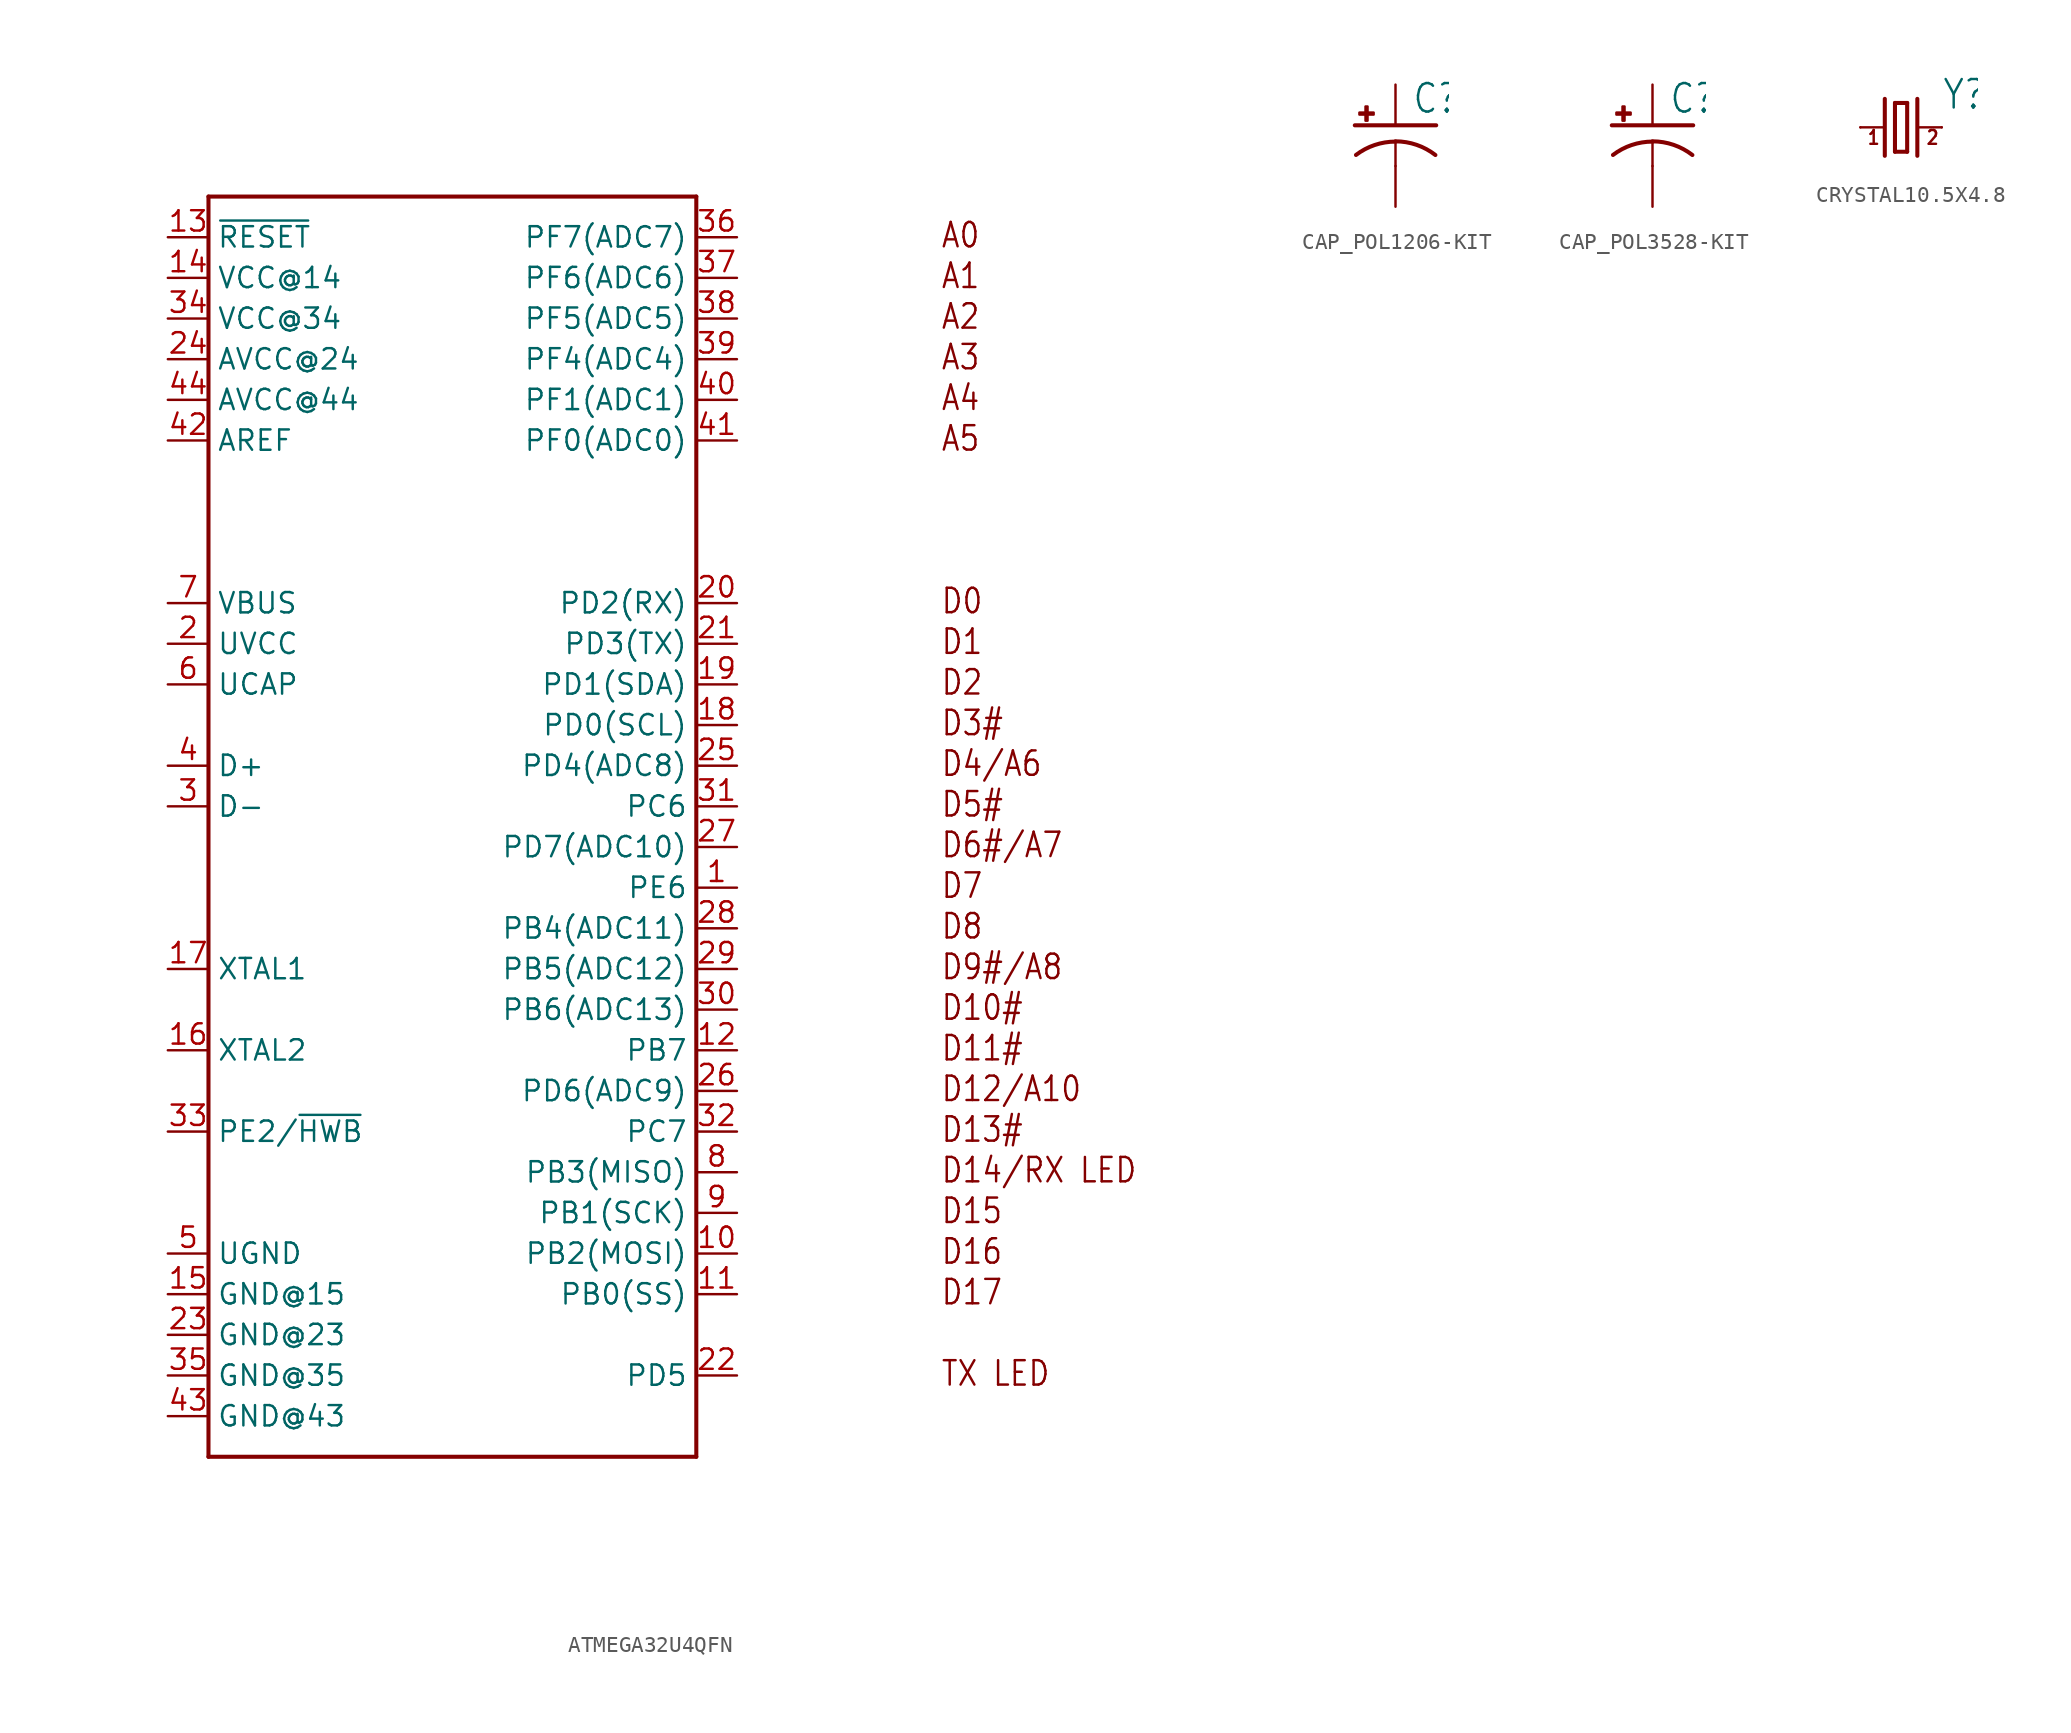
<source format=kicad_sym>
(kicad_symbol_lib
  (version 20220914)
  (generator kicad_symbol_editor)
  (symbol "ATMEGA32U4QFN"
    (property "Reference" ""
      (at -15.24 38.1 0)
      (effects (font (size 1.778 1.511)) (justify left bottom) hide))
    (property "Value" ""
      (at -15.24 -43.18 0)
      (effects (font (size 1.778 1.511)) (justify left bottom)))
    (property "ki_locked" ""
      (at 0 0 0)
      (effects (font (size 1.27 1.27))))
    (symbol "ATMEGA32U4QFN_1_0"
      (polyline (pts (xy -15.24 -40.64) (xy 15.24 -40.64)) (stroke (width 0.254) (type solid)) (fill (type none)))
      (polyline (pts (xy -15.24 38.1) (xy -15.24 -40.64)) (stroke (width 0.254) (type solid)) (fill (type none)))
      (polyline (pts (xy 15.24 -40.64) (xy 15.24 38.1)) (stroke (width 0.254) (type solid)) (fill (type none)))
      (polyline (pts (xy 15.24 38.1) (xy -15.24 38.1)) (stroke (width 0.254) (type solid)) (fill (type none)))
      (text "A0" (at 30.48 34.798 0) (effects (font (size 1.524 1.295)) (justify left bottom)))
      (text "A1" (at 30.48 32.258 0) (effects (font (size 1.524 1.295)) (justify left bottom)))
      (text "A2" (at 30.48 29.718 0) (effects (font (size 1.524 1.295)) (justify left bottom)))
      (text "A3" (at 30.48 27.178 0) (effects (font (size 1.524 1.295)) (justify left bottom)))
      (text "A4" (at 30.48 24.638 0) (effects (font (size 1.524 1.295)) (justify left bottom)))
      (text "A5" (at 30.48 22.098 0) (effects (font (size 1.524 1.295)) (justify left bottom)))
      (text "D0" (at 30.48 11.938 0) (effects (font (size 1.524 1.295)) (justify left bottom)))
      (text "D1" (at 30.48 9.398 0) (effects (font (size 1.524 1.295)) (justify left bottom)))
      (text "D10#" (at 30.48 -13.462 0) (effects (font (size 1.524 1.295)) (justify left bottom)))
      (text "D11#" (at 30.48 -16.002 0) (effects (font (size 1.524 1.295)) (justify left bottom)))
      (text "D12/A10" (at 30.48 -18.542 0) (effects (font (size 1.524 1.295)) (justify left bottom)))
      (text "D13#" (at 30.48 -21.082 0) (effects (font (size 1.524 1.295)) (justify left bottom)))
      (text "D14/RX LED" (at 30.48 -23.622 0) (effects (font (size 1.524 1.295)) (justify left bottom)))
      (text "D15" (at 30.48 -26.162 0) (effects (font (size 1.524 1.295)) (justify left bottom)))
      (text "D16" (at 30.48 -28.702 0) (effects (font (size 1.524 1.295)) (justify left bottom)))
      (text "D17" (at 30.48 -31.242 0) (effects (font (size 1.524 1.295)) (justify left bottom)))
      (text "D2" (at 30.48 6.858 0) (effects (font (size 1.524 1.295)) (justify left bottom)))
      (text "D3#" (at 30.48 4.318 0) (effects (font (size 1.524 1.295)) (justify left bottom)))
      (text "D4/A6" (at 30.48 1.778 0) (effects (font (size 1.524 1.295)) (justify left bottom)))
      (text "D5#" (at 30.48 -0.762 0) (effects (font (size 1.524 1.295)) (justify left bottom)))
      (text "D6#/A7" (at 30.48 -3.302 0) (effects (font (size 1.524 1.295)) (justify left bottom)))
      (text "D7" (at 30.48 -5.842 0) (effects (font (size 1.524 1.295)) (justify left bottom)))
      (text "D8" (at 30.48 -8.382 0) (effects (font (size 1.524 1.295)) (justify left bottom)))
      (text "D9#/A8" (at 30.48 -10.922 0) (effects (font (size 1.524 1.295)) (justify left bottom)))
      (text "TX LED" (at 30.48 -36.322 0) (effects (font (size 1.524 1.295)) (justify left bottom)))
      (pin bidirectional line (at 17.78 -5.08 180) (length 2.54) (name "PE6" (effects (font (size 1.27 1.27)))) (number "1" (effects (font (size 1.27 1.27)))))
      (pin bidirectional line (at 17.78 -27.94 180) (length 2.54) (name "PB2(MOSI)" (effects (font (size 1.27 1.27)))) (number "10" (effects (font (size 1.27 1.27)))))
      (pin bidirectional line (at 17.78 -30.48 180) (length 2.54) (name "PB0(SS)" (effects (font (size 1.27 1.27)))) (number "11" (effects (font (size 1.27 1.27)))))
      (pin bidirectional line (at 17.78 -15.24 180) (length 2.54) (name "PB7" (effects (font (size 1.27 1.27)))) (number "12" (effects (font (size 1.27 1.27)))))
      (pin bidirectional line (at -17.78 35.56 0) (length 2.54) (name "~{RESET}" (effects (font (size 1.27 1.27)))) (number "13" (effects (font (size 1.27 1.27)))))
      (pin bidirectional line (at -17.78 33.02 0) (length 2.54) (name "VCC@14" (effects (font (size 1.27 1.27)))) (number "14" (effects (font (size 1.27 1.27)))))
      (pin bidirectional line (at -17.78 -30.48 0) (length 2.54) (name "GND@15" (effects (font (size 1.27 1.27)))) (number "15" (effects (font (size 1.27 1.27)))))
      (pin bidirectional line (at -17.78 -15.24 0) (length 2.54) (name "XTAL2" (effects (font (size 1.27 1.27)))) (number "16" (effects (font (size 1.27 1.27)))))
      (pin bidirectional line (at -17.78 -10.16 0) (length 2.54) (name "XTAL1" (effects (font (size 1.27 1.27)))) (number "17" (effects (font (size 1.27 1.27)))))
      (pin bidirectional line (at 17.78 5.08 180) (length 2.54) (name "PD0(SCL)" (effects (font (size 1.27 1.27)))) (number "18" (effects (font (size 1.27 1.27)))))
      (pin bidirectional line (at 17.78 7.62 180) (length 2.54) (name "PD1(SDA)" (effects (font (size 1.27 1.27)))) (number "19" (effects (font (size 1.27 1.27)))))
      (pin bidirectional line (at -17.78 10.16 0) (length 2.54) (name "UVCC" (effects (font (size 1.27 1.27)))) (number "2" (effects (font (size 1.27 1.27)))))
      (pin bidirectional line (at 17.78 12.7 180) (length 2.54) (name "PD2(RX)" (effects (font (size 1.27 1.27)))) (number "20" (effects (font (size 1.27 1.27)))))
      (pin bidirectional line (at 17.78 10.16 180) (length 2.54) (name "PD3(TX)" (effects (font (size 1.27 1.27)))) (number "21" (effects (font (size 1.27 1.27)))))
      (pin bidirectional line (at 17.78 -35.56 180) (length 2.54) (name "PD5" (effects (font (size 1.27 1.27)))) (number "22" (effects (font (size 1.27 1.27)))))
      (pin bidirectional line (at -17.78 -33.02 0) (length 2.54) (name "GND@23" (effects (font (size 1.27 1.27)))) (number "23" (effects (font (size 1.27 1.27)))))
      (pin bidirectional line (at -17.78 27.94 0) (length 2.54) (name "AVCC@24" (effects (font (size 1.27 1.27)))) (number "24" (effects (font (size 1.27 1.27)))))
      (pin bidirectional line (at 17.78 2.54 180) (length 2.54) (name "PD4(ADC8)" (effects (font (size 1.27 1.27)))) (number "25" (effects (font (size 1.27 1.27)))))
      (pin bidirectional line (at 17.78 -17.78 180) (length 2.54) (name "PD6(ADC9)" (effects (font (size 1.27 1.27)))) (number "26" (effects (font (size 1.27 1.27)))))
      (pin bidirectional line (at 17.78 -2.54 180) (length 2.54) (name "PD7(ADC10)" (effects (font (size 1.27 1.27)))) (number "27" (effects (font (size 1.27 1.27)))))
      (pin bidirectional line (at 17.78 -7.62 180) (length 2.54) (name "PB4(ADC11)" (effects (font (size 1.27 1.27)))) (number "28" (effects (font (size 1.27 1.27)))))
      (pin bidirectional line (at 17.78 -10.16 180) (length 2.54) (name "PB5(ADC12)" (effects (font (size 1.27 1.27)))) (number "29" (effects (font (size 1.27 1.27)))))
      (pin bidirectional line (at -17.78 0 0) (length 2.54) (name "D-" (effects (font (size 1.27 1.27)))) (number "3" (effects (font (size 1.27 1.27)))))
      (pin bidirectional line (at 17.78 -12.7 180) (length 2.54) (name "PB6(ADC13)" (effects (font (size 1.27 1.27)))) (number "30" (effects (font (size 1.27 1.27)))))
      (pin bidirectional line (at 17.78 0 180) (length 2.54) (name "PC6" (effects (font (size 1.27 1.27)))) (number "31" (effects (font (size 1.27 1.27)))))
      (pin bidirectional line (at 17.78 -20.32 180) (length 2.54) (name "PC7" (effects (font (size 1.27 1.27)))) (number "32" (effects (font (size 1.27 1.27)))))
      (pin bidirectional line (at -17.78 -20.32 0) (length 2.54) (name "PE2/~{HWB}" (effects (font (size 1.27 1.27)))) (number "33" (effects (font (size 1.27 1.27)))))
      (pin bidirectional line (at -17.78 30.48 0) (length 2.54) (name "VCC@34" (effects (font (size 1.27 1.27)))) (number "34" (effects (font (size 1.27 1.27)))))
      (pin bidirectional line (at -17.78 -35.56 0) (length 2.54) (name "GND@35" (effects (font (size 1.27 1.27)))) (number "35" (effects (font (size 1.27 1.27)))))
      (pin bidirectional line (at 17.78 35.56 180) (length 2.54) (name "PF7(ADC7)" (effects (font (size 1.27 1.27)))) (number "36" (effects (font (size 1.27 1.27)))))
      (pin bidirectional line (at 17.78 33.02 180) (length 2.54) (name "PF6(ADC6)" (effects (font (size 1.27 1.27)))) (number "37" (effects (font (size 1.27 1.27)))))
      (pin bidirectional line (at 17.78 30.48 180) (length 2.54) (name "PF5(ADC5)" (effects (font (size 1.27 1.27)))) (number "38" (effects (font (size 1.27 1.27)))))
      (pin bidirectional line (at 17.78 27.94 180) (length 2.54) (name "PF4(ADC4)" (effects (font (size 1.27 1.27)))) (number "39" (effects (font (size 1.27 1.27)))))
      (pin bidirectional line (at -17.78 2.54 0) (length 2.54) (name "D+" (effects (font (size 1.27 1.27)))) (number "4" (effects (font (size 1.27 1.27)))))
      (pin bidirectional line (at 17.78 25.4 180) (length 2.54) (name "PF1(ADC1)" (effects (font (size 1.27 1.27)))) (number "40" (effects (font (size 1.27 1.27)))))
      (pin bidirectional line (at 17.78 22.86 180) (length 2.54) (name "PF0(ADC0)" (effects (font (size 1.27 1.27)))) (number "41" (effects (font (size 1.27 1.27)))))
      (pin bidirectional line (at -17.78 22.86 0) (length 2.54) (name "AREF" (effects (font (size 1.27 1.27)))) (number "42" (effects (font (size 1.27 1.27)))))
      (pin bidirectional line (at -17.78 -38.1 0) (length 2.54) (name "GND@43" (effects (font (size 1.27 1.27)))) (number "43" (effects (font (size 1.27 1.27)))))
      (pin bidirectional line (at -17.78 25.4 0) (length 2.54) (name "AVCC@44" (effects (font (size 1.27 1.27)))) (number "44" (effects (font (size 1.27 1.27)))))
      (pin bidirectional line (at -17.78 -27.94 0) (length 2.54) (name "UGND" (effects (font (size 1.27 1.27)))) (number "5" (effects (font (size 1.27 1.27)))))
      (pin bidirectional line (at -17.78 7.62 0) (length 2.54) (name "UCAP" (effects (font (size 1.27 1.27)))) (number "6" (effects (font (size 1.27 1.27)))))
      (pin bidirectional line (at -17.78 12.7 0) (length 2.54) (name "VBUS" (effects (font (size 1.27 1.27)))) (number "7" (effects (font (size 1.27 1.27)))))
      (pin bidirectional line (at 17.78 -22.86 180) (length 2.54) (name "PB3(MISO)" (effects (font (size 1.27 1.27)))) (number "8" (effects (font (size 1.27 1.27)))))
      (pin bidirectional line (at 17.78 -25.4 180) (length 2.54) (name "PB1(SCK)" (effects (font (size 1.27 1.27)))) (number "9" (effects (font (size 1.27 1.27)))))))
  (symbol "CAP_POL1206-KIT"
    (property "Reference" "C"
      (at 1.016 0.635 0)
      (effects (font (size 1.778 1.511)) (justify left bottom)))
    (property "Value" ""
      (at 1.016 -4.191 0)
      (effects (font (size 1.778 1.511)) (justify left bottom)))
    (property "ki_locked" ""
      (at 0 0 0)
      (effects (font (size 1.27 1.27))))
    (symbol "CAP_POL1206-KIT_1_0"
      (rectangle (start -2.253 0.668) (end -1.364 0.795) (stroke (width 0) (type default)) (fill (type outline)))
      (rectangle (start -1.872 0.287) (end -1.745 1.176) (stroke (width 0) (type default)) (fill (type outline)))
      (arc (start 0 -1.0161) (mid -1.3021 -1.2303) (end -2.4669 -1.8504) (stroke (width 0.254) (type solid)) (fill (type none)))
      (polyline (pts (xy -2.54 0) (xy 2.54 0)) (stroke (width 0.254) (type solid)) (fill (type none)))
      (polyline (pts (xy 0 -1.016) (xy 0 -2.54)) (stroke (width 0.152) (type solid)) (fill (type none)))
      (arc (start 2.4892 -1.8541) (mid 1.3158 -1.2194) (end 0 -1) (stroke (width 0.254) (type solid)) (fill (type none)))
      (pin passive line (at 0 2.54 270) (length 2.54) (name "+" (effects (font (size 0 0)))) (number "A" (effects (font (size 0 0)))))
      (pin passive line (at 0 -5.08 90) (length 2.54) (name "-" (effects (font (size 0 0)))) (number "C" (effects (font (size 0 0)))))))
  (symbol "CAP_POL3528-KIT"
    (property "Reference" "C"
      (at 1.016 0.635 0)
      (effects (font (size 1.778 1.511)) (justify left bottom)))
    (property "Value" ""
      (at 1.016 -4.191 0)
      (effects (font (size 1.778 1.511)) (justify left bottom)))
    (property "ki_locked" ""
      (at 0 0 0)
      (effects (font (size 1.27 1.27))))
    (symbol "CAP_POL3528-KIT_1_0"
      (rectangle (start -2.253 0.668) (end -1.364 0.795) (stroke (width 0) (type default)) (fill (type outline)))
      (rectangle (start -1.872 0.287) (end -1.745 1.176) (stroke (width 0) (type default)) (fill (type outline)))
      (arc (start 0 -1.0161) (mid -1.3021 -1.2303) (end -2.4669 -1.8504) (stroke (width 0.254) (type solid)) (fill (type none)))
      (polyline (pts (xy -2.54 0) (xy 2.54 0)) (stroke (width 0.254) (type solid)) (fill (type none)))
      (polyline (pts (xy 0 -1.016) (xy 0 -2.54)) (stroke (width 0.152) (type solid)) (fill (type none)))
      (arc (start 2.4892 -1.8541) (mid 1.3158 -1.2194) (end 0 -1) (stroke (width 0.254) (type solid)) (fill (type none)))
      (pin passive line (at 0 2.54 270) (length 2.54) (name "+" (effects (font (size 0 0)))) (number "A" (effects (font (size 0 0)))))
      (pin passive line (at 0 -5.08 90) (length 2.54) (name "-" (effects (font (size 0 0)))) (number "C" (effects (font (size 0 0)))))))
  (symbol "CRYSTAL10.5X4.8"
    (property "Reference" "Y"
      (at 2.54 1.016 0)
      (effects (font (size 1.778 1.511)) (justify left bottom)))
    (property "Value" ""
      (at 2.54 -2.54 0)
      (effects (font (size 1.778 1.511)) (justify left bottom)))
    (property "ki_locked" ""
      (at 0 0 0)
      (effects (font (size 1.27 1.27))))
    (symbol "CRYSTAL10.5X4.8_1_0"
      (polyline (pts (xy -2.54 0) (xy -1.016 0)) (stroke (width 0.152) (type solid)) (fill (type none)))
      (polyline (pts (xy -1.016 1.778) (xy -1.016 -1.778)) (stroke (width 0.254) (type solid)) (fill (type none)))
      (polyline (pts (xy -0.381 -1.524) (xy 0.381 -1.524)) (stroke (width 0.254) (type solid)) (fill (type none)))
      (polyline (pts (xy -0.381 1.524) (xy -0.381 -1.524)) (stroke (width 0.254) (type solid)) (fill (type none)))
      (polyline (pts (xy 0.381 -1.524) (xy 0.381 1.524)) (stroke (width 0.254) (type solid)) (fill (type none)))
      (polyline (pts (xy 0.381 1.524) (xy -0.381 1.524)) (stroke (width 0.254) (type solid)) (fill (type none)))
      (polyline (pts (xy 1.016 0) (xy 2.54 0)) (stroke (width 0.152) (type solid)) (fill (type none)))
      (polyline (pts (xy 1.016 1.778) (xy 1.016 -1.778)) (stroke (width 0.254) (type solid)) (fill (type none)))
      (text "1" (at -2.159 -1.143 0) (effects (font (size 0.864 0.734)) (justify left bottom)))
      (text "2" (at 1.524 -1.143 0) (effects (font (size 0.864 0.734)) (justify left bottom)))
      (pin passive line (at -2.54 0 0) (length 0) (name "1" (effects (font (size 0 0)))) (number "P$1" (effects (font (size 0 0)))))
      (pin passive line (at 2.54 0 180) (length 0) (name "2" (effects (font (size 0 0)))) (number "P$2" (effects (font (size 0 0))))))))
</source>
